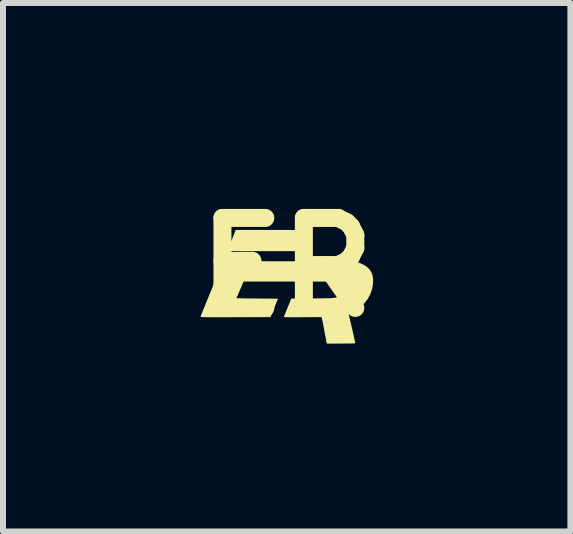
<source format=kicad_pcb>
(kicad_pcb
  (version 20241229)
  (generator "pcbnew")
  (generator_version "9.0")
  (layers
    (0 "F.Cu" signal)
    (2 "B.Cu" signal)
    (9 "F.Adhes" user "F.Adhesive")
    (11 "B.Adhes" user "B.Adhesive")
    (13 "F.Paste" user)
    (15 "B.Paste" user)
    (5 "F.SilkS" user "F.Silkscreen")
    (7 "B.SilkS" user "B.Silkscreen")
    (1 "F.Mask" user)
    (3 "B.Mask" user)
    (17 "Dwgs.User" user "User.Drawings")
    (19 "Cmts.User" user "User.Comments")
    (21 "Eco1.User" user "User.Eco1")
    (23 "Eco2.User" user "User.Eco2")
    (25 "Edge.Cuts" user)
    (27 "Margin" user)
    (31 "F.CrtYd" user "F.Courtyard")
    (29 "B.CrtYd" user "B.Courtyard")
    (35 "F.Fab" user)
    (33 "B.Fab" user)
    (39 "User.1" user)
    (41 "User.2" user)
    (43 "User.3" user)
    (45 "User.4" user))
  (footprint "ER"
    (layer "F.Cu")
    (at 1.729 1.404)
    (property "Reference" "ER" (at 0 0 0) (layer "F.SilkS") (effects (font (size 1.5 1.5) (thickness 0.3))))
    (attr board_only exclude_from_pos_files exclude_from_bom)
    (fp_poly (pts (xy -0.076 -0.622) (xy 0.003 -0.622) (xy 0.07 -0.621) (xy 0.127 -0.621) (xy 0.173 -0.621) (xy 0.211 -0.62) (xy 0.24 -0.619) (xy 0.263 -0.619) (xy 0.279 -0.617) (xy 0.29 -0.616) (xy 0.297 -0.615) (xy 0.3 -0.613) (xy 0.301 -0.611) (xy 0.301 -0.609) (xy 0.297 -0.599) (xy 0.288 -0.578) (xy 0.276 -0.547) (xy 0.26 -0.509) (xy 0.243 -0.465) (xy 0.229 -0.432) (xy 0.163 -0.268) (xy -0.415 -0.268) (xy -0.519 -0.268) (xy -0.615 -0.268) (xy -0.702 -0.268) (xy -0.778 -0.269) (xy -0.844 -0.27) (xy -0.898 -0.27) (xy -0.941 -0.271) (xy -0.97 -0.272) (xy -0.986 -0.273) (xy -0.989 -0.274) (xy -0.986 -0.283) (xy -0.978 -0.302) (xy -0.966 -0.332) (xy -0.951 -0.369) (xy -0.934 -0.412) (xy -0.918 -0.451) (xy -0.85 -0.622) (xy -0.272 -0.622) (xy -0.167 -0.622)) (stroke (width 0) (type solid)) (fill yes) (layer "F.SilkS"))
    (fp_poly (pts (xy 0.025 -0.099) (xy 0.175 -0.099) (xy 0.311 -0.099) (xy 0.434 -0.098) (xy 0.545 -0.098) (xy 0.645 -0.098) (xy 0.733 -0.097) (xy 0.811 -0.097) (xy 0.88 -0.096) (xy 0.94 -0.095) (xy 0.993 -0.094) (xy 1.037 -0.093) (xy 1.076 -0.091) (xy 1.108 -0.089) (xy 1.135 -0.087) (xy 1.158 -0.085) (xy 1.177 -0.082) (xy 1.194 -0.078) (xy 1.208 -0.074) (xy 1.22 -0.07) (xy 1.231 -0.065) (xy 1.243 -0.06) (xy 1.255 -0.054) (xy 1.268 -0.048) (xy 1.269 -0.048) (xy 1.328 -0.013) (xy 1.374 0.029) (xy 1.408 0.078) (xy 1.43 0.135) (xy 1.44 0.2) (xy 1.438 0.273) (xy 1.424 0.354) (xy 1.42 0.371) (xy 1.392 0.452) (xy 1.351 0.527) (xy 1.298 0.596) (xy 1.235 0.656) (xy 1.161 0.707) (xy 1.085 0.746) (xy 1.061 0.757) (xy 1.043 0.766) (xy 1.035 0.773) (xy 1.035 0.773) (xy 1.035 0.784) (xy 1.039 0.804) (xy 1.044 0.83) (xy 1.044 0.83) (xy 1.055 0.878) (xy 1.068 0.931) (xy 1.08 0.985) (xy 1.093 1.039) (xy 1.105 1.092) (xy 1.116 1.141) (xy 1.125 1.184) (xy 1.133 1.22) (xy 1.139 1.246) (xy 1.142 1.261) (xy 1.142 1.264) (xy 1.138 1.267) (xy 1.124 1.269) (xy 1.099 1.27) (xy 1.063 1.271) (xy 1.015 1.272) (xy 0.953 1.272) (xy 0.905 1.273) (xy 0.667 1.273) (xy 0.645 1.155) (xy 0.635 1.107) (xy 0.626 1.055) (xy 0.617 1.005) (xy 0.609 0.962) (xy 0.607 0.951) (xy 0.6 0.916) (xy 0.594 0.884) (xy 0.588 0.86) (xy 0.585 0.848) (xy 0.579 0.831) (xy 0.264 0.833) (xy 0.188 0.834) (xy 0.125 0.834) (xy 0.074 0.834) (xy 0.034 0.834) (xy 0.003 0.833) (xy -0.019 0.832) (xy -0.034 0.831) (xy -0.043 0.829) (xy -0.046 0.827) (xy -0.047 0.824) (xy -0.043 0.815) (xy -0.035 0.794) (xy -0.022 0.764) (xy -0.007 0.726) (xy 0.01 0.684) (xy 0.017 0.667) (xy 0.076 0.522) (xy 0.437 0.519) (xy 0.524 0.519) (xy 0.597 0.518) (xy 0.659 0.517) (xy 0.709 0.516) (xy 0.751 0.514) (xy 0.784 0.511) (xy 0.811 0.508) (xy 0.832 0.503) (xy 0.85 0.498) (xy 0.864 0.49) (xy 0.876 0.481) (xy 0.889 0.471) (xy 0.902 0.458) (xy 0.905 0.456) (xy 0.932 0.423) (xy 0.949 0.386) (xy 0.956 0.341) (xy 0.956 0.327) (xy 0.95 0.295) (xy 0.932 0.27) (xy 0.902 0.252) (xy 0.885 0.247) (xy 0.874 0.245) (xy 0.851 0.244) (xy 0.816 0.243) (xy 0.769 0.242) (xy 0.71 0.241) (xy 0.638 0.24) (xy 0.554 0.24) (xy 0.456 0.239) (xy 0.344 0.239) (xy 0.219 0.239) (xy 0.079 0.239) (xy 0.067 0.239) (xy -0.719 0.239) (xy -0.777 0.373) (xy -0.795 0.415) (xy -0.811 0.451) (xy -0.824 0.481) (xy -0.833 0.503) (xy -0.837 0.514) (xy -0.837 0.514) (xy -0.831 0.516) (xy -0.811 0.517) (xy -0.78 0.518) (xy -0.739 0.519) (xy -0.688 0.52) (xy -0.63 0.521) (xy -0.566 0.522) (xy -0.497 0.522) (xy -0.493 0.522) (xy -0.146 0.524) (xy -0.208 0.678) (xy -0.271 0.831) (xy -0.855 0.833) (xy -0.961 0.834) (xy -1.054 0.834) (xy -1.134 0.834) (xy -1.202 0.834) (xy -1.259 0.834) (xy -1.306 0.833) (xy -1.345 0.833) (xy -1.375 0.832) (xy -1.398 0.832) (xy -1.415 0.83) (xy -1.426 0.829) (xy -1.433 0.828) (xy -1.436 0.826) (xy -1.437 0.824) (xy -1.437 0.824) (xy -1.433 0.815) (xy -1.425 0.794) (xy -1.412 0.762) (xy -1.396 0.721) (xy -1.375 0.67) (xy -1.351 0.611) (xy -1.325 0.546) (xy -1.296 0.475) (xy -1.265 0.4) (xy -1.247 0.355) (xy -1.061 -0.102)) (stroke (width 0) (type solid)) (fill yes) (layer "F.SilkS")))
  (gr_rect
    (start -3 -3)
    (end 6.457 5.808)
    (stroke (width 0.1) (type default))
    (fill no)
    (layer "Edge.Cuts")))
</source>
